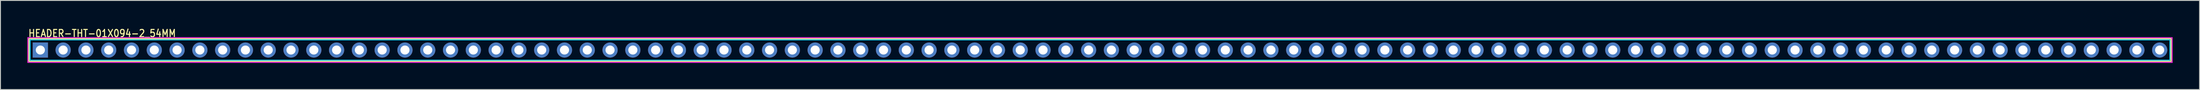
<source format=kicad_pcb>
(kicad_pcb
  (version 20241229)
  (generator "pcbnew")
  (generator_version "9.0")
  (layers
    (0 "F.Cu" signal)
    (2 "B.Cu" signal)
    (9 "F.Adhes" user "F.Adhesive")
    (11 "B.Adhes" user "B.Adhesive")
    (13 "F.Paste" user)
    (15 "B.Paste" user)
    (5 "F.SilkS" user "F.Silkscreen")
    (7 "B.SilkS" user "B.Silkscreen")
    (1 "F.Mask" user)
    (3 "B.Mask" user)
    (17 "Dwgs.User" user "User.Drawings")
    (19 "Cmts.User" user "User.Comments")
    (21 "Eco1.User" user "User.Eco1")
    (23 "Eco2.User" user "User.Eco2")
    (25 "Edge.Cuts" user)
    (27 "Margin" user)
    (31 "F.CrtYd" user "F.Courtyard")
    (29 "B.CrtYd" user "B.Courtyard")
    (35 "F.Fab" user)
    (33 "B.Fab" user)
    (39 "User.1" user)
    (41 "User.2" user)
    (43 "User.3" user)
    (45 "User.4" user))
  (footprint "HEADER-THT-01X094-2_54MM"
    (layer "F.Cu")
    (at 1.447 2.579)
    (property "Reference" "HEADER-THT-01X094-2_54MM" (at -1.4 -1.4 0) (unlocked yes) (layer "F.SilkS") (effects (font (size 0.813 0.695) (thickness 0.122)) (justify left bottom)))
    (fp_line (start -1.27 -1.27) (end -1.27 1.27) (stroke (width 0.127) (type solid)) (layer "F.SilkS"))
    (fp_line (start -1.27 1.27) (end 237.49 1.27) (stroke (width 0.127) (type solid)) (layer "F.SilkS"))
    (fp_line (start 237.49 -1.27) (end -1.27 -1.27) (stroke (width 0.127) (type solid)) (layer "F.SilkS"))
    (fp_line (start 237.49 1.27) (end 237.49 -1.27) (stroke (width 0.127) (type solid)) (layer "F.SilkS"))
    (fp_poly (pts (xy -1.143 -1.143) (xy 237.363 -1.143) (xy 237.363 1.143) (xy -1.143 1.143)) (stroke (width 0.1) (type solid)) (fill no) (layer "B.CrtYd"))
    (fp_poly (pts (xy -1.397 -1.397) (xy 237.617 -1.397) (xy 237.617 1.397) (xy -1.397 1.397)) (stroke (width 0.1) (type solid)) (fill no) (layer "F.CrtYd"))
    (pad "P$1" thru_hole rect (at 0 0) (size 1.693 1.693) (drill 1.016) (layers "*.Cu" "*.Mask"))
    (pad "P$2" thru_hole oval (at 2.54 0) (size 1.693 1.693) (drill 1.016) (layers "*.Cu" "*.Mask"))
    (pad "P$3" thru_hole oval (at 5.08 0) (size 1.693 1.693) (drill 1.016) (layers "*.Cu" "*.Mask"))
    (pad "P$4" thru_hole oval (at 7.62 0) (size 1.693 1.693) (drill 1.016) (layers "*.Cu" "*.Mask"))
    (pad "P$5" thru_hole oval (at 10.16 0) (size 1.693 1.693) (drill 1.016) (layers "*.Cu" "*.Mask"))
    (pad "P$6" thru_hole oval (at 12.7 0) (size 1.693 1.693) (drill 1.016) (layers "*.Cu" "*.Mask"))
    (pad "P$7" thru_hole oval (at 15.24 0) (size 1.693 1.693) (drill 1.016) (layers "*.Cu" "*.Mask"))
    (pad "P$8" thru_hole oval (at 17.78 0) (size 1.693 1.693) (drill 1.016) (layers "*.Cu" "*.Mask"))
    (pad "P$9" thru_hole oval (at 20.32 0) (size 1.693 1.693) (drill 1.016) (layers "*.Cu" "*.Mask"))
    (pad "P$10" thru_hole oval (at 22.86 0) (size 1.693 1.693) (drill 1.016) (layers "*.Cu" "*.Mask"))
    (pad "P$11" thru_hole oval (at 25.4 0) (size 1.693 1.693) (drill 1.016) (layers "*.Cu" "*.Mask"))
    (pad "P$12" thru_hole oval (at 27.94 0) (size 1.693 1.693) (drill 1.016) (layers "*.Cu" "*.Mask"))
    (pad "P$13" thru_hole oval (at 30.48 0) (size 1.693 1.693) (drill 1.016) (layers "*.Cu" "*.Mask"))
    (pad "P$14" thru_hole oval (at 33.02 0) (size 1.693 1.693) (drill 1.016) (layers "*.Cu" "*.Mask"))
    (pad "P$15" thru_hole oval (at 35.56 0) (size 1.693 1.693) (drill 1.016) (layers "*.Cu" "*.Mask"))
    (pad "P$16" thru_hole oval (at 38.1 0) (size 1.693 1.693) (drill 1.016) (layers "*.Cu" "*.Mask"))
    (pad "P$17" thru_hole oval (at 40.64 0) (size 1.693 1.693) (drill 1.016) (layers "*.Cu" "*.Mask"))
    (pad "P$18" thru_hole oval (at 43.18 0) (size 1.693 1.693) (drill 1.016) (layers "*.Cu" "*.Mask"))
    (pad "P$19" thru_hole oval (at 45.72 0) (size 1.693 1.693) (drill 1.016) (layers "*.Cu" "*.Mask"))
    (pad "P$20" thru_hole oval (at 48.26 0) (size 1.693 1.693) (drill 1.016) (layers "*.Cu" "*.Mask"))
    (pad "P$21" thru_hole oval (at 50.8 0) (size 1.693 1.693) (drill 1.016) (layers "*.Cu" "*.Mask"))
    (pad "P$22" thru_hole oval (at 53.34 0) (size 1.693 1.693) (drill 1.016) (layers "*.Cu" "*.Mask"))
    (pad "P$23" thru_hole oval (at 55.88 0) (size 1.693 1.693) (drill 1.016) (layers "*.Cu" "*.Mask"))
    (pad "P$24" thru_hole oval (at 58.42 0) (size 1.693 1.693) (drill 1.016) (layers "*.Cu" "*.Mask"))
    (pad "P$25" thru_hole oval (at 60.96 0) (size 1.693 1.693) (drill 1.016) (layers "*.Cu" "*.Mask"))
    (pad "P$26" thru_hole oval (at 63.5 0) (size 1.693 1.693) (drill 1.016) (layers "*.Cu" "*.Mask"))
    (pad "P$27" thru_hole oval (at 66.04 0) (size 1.693 1.693) (drill 1.016) (layers "*.Cu" "*.Mask"))
    (pad "P$28" thru_hole oval (at 68.58 0) (size 1.693 1.693) (drill 1.016) (layers "*.Cu" "*.Mask"))
    (pad "P$29" thru_hole oval (at 71.12 0) (size 1.693 1.693) (drill 1.016) (layers "*.Cu" "*.Mask"))
    (pad "P$30" thru_hole oval (at 73.66 0) (size 1.693 1.693) (drill 1.016) (layers "*.Cu" "*.Mask"))
    (pad "P$31" thru_hole oval (at 76.2 0) (size 1.693 1.693) (drill 1.016) (layers "*.Cu" "*.Mask"))
    (pad "P$32" thru_hole oval (at 78.74 0) (size 1.693 1.693) (drill 1.016) (layers "*.Cu" "*.Mask"))
    (pad "P$33" thru_hole oval (at 81.28 0) (size 1.693 1.693) (drill 1.016) (layers "*.Cu" "*.Mask"))
    (pad "P$34" thru_hole oval (at 83.82 0) (size 1.693 1.693) (drill 1.016) (layers "*.Cu" "*.Mask"))
    (pad "P$35" thru_hole oval (at 86.36 0) (size 1.693 1.693) (drill 1.016) (layers "*.Cu" "*.Mask"))
    (pad "P$36" thru_hole oval (at 88.9 0) (size 1.693 1.693) (drill 1.016) (layers "*.Cu" "*.Mask"))
    (pad "P$37" thru_hole oval (at 91.44 0) (size 1.693 1.693) (drill 1.016) (layers "*.Cu" "*.Mask"))
    (pad "P$38" thru_hole oval (at 93.98 0) (size 1.693 1.693) (drill 1.016) (layers "*.Cu" "*.Mask"))
    (pad "P$39" thru_hole oval (at 96.52 0) (size 1.693 1.693) (drill 1.016) (layers "*.Cu" "*.Mask"))
    (pad "P$40" thru_hole oval (at 99.06 0) (size 1.693 1.693) (drill 1.016) (layers "*.Cu" "*.Mask"))
    (pad "P$41" thru_hole oval (at 101.6 0) (size 1.693 1.693) (drill 1.016) (layers "*.Cu" "*.Mask"))
    (pad "P$42" thru_hole oval (at 104.14 0) (size 1.693 1.693) (drill 1.016) (layers "*.Cu" "*.Mask"))
    (pad "P$43" thru_hole oval (at 106.68 0) (size 1.693 1.693) (drill 1.016) (layers "*.Cu" "*.Mask"))
    (pad "P$44" thru_hole oval (at 109.22 0) (size 1.693 1.693) (drill 1.016) (layers "*.Cu" "*.Mask"))
    (pad "P$45" thru_hole oval (at 111.76 0) (size 1.693 1.693) (drill 1.016) (layers "*.Cu" "*.Mask"))
    (pad "P$46" thru_hole oval (at 114.3 0) (size 1.693 1.693) (drill 1.016) (layers "*.Cu" "*.Mask"))
    (pad "P$47" thru_hole oval (at 116.84 0) (size 1.693 1.693) (drill 1.016) (layers "*.Cu" "*.Mask"))
    (pad "P$48" thru_hole oval (at 119.38 0) (size 1.693 1.693) (drill 1.016) (layers "*.Cu" "*.Mask"))
    (pad "P$49" thru_hole oval (at 121.92 0) (size 1.693 1.693) (drill 1.016) (layers "*.Cu" "*.Mask"))
    (pad "P$50" thru_hole oval (at 124.46 0) (size 1.693 1.693) (drill 1.016) (layers "*.Cu" "*.Mask"))
    (pad "P$51" thru_hole oval (at 127 0) (size 1.693 1.693) (drill 1.016) (layers "*.Cu" "*.Mask"))
    (pad "P$52" thru_hole oval (at 129.54 0) (size 1.693 1.693) (drill 1.016) (layers "*.Cu" "*.Mask"))
    (pad "P$53" thru_hole oval (at 132.08 0) (size 1.693 1.693) (drill 1.016) (layers "*.Cu" "*.Mask"))
    (pad "P$54" thru_hole oval (at 134.62 0) (size 1.693 1.693) (drill 1.016) (layers "*.Cu" "*.Mask"))
    (pad "P$55" thru_hole oval (at 137.16 0) (size 1.693 1.693) (drill 1.016) (layers "*.Cu" "*.Mask"))
    (pad "P$56" thru_hole oval (at 139.7 0) (size 1.693 1.693) (drill 1.016) (layers "*.Cu" "*.Mask"))
    (pad "P$57" thru_hole oval (at 142.24 0) (size 1.693 1.693) (drill 1.016) (layers "*.Cu" "*.Mask"))
    (pad "P$58" thru_hole oval (at 144.78 0) (size 1.693 1.693) (drill 1.016) (layers "*.Cu" "*.Mask"))
    (pad "P$59" thru_hole oval (at 147.32 0) (size 1.693 1.693) (drill 1.016) (layers "*.Cu" "*.Mask"))
    (pad "P$60" thru_hole oval (at 149.86 0) (size 1.693 1.693) (drill 1.016) (layers "*.Cu" "*.Mask"))
    (pad "P$61" thru_hole oval (at 152.4 0) (size 1.693 1.693) (drill 1.016) (layers "*.Cu" "*.Mask"))
    (pad "P$62" thru_hole oval (at 154.94 0) (size 1.693 1.693) (drill 1.016) (layers "*.Cu" "*.Mask"))
    (pad "P$63" thru_hole oval (at 157.48 0) (size 1.693 1.693) (drill 1.016) (layers "*.Cu" "*.Mask"))
    (pad "P$64" thru_hole oval (at 160.02 0) (size 1.693 1.693) (drill 1.016) (layers "*.Cu" "*.Mask"))
    (pad "P$65" thru_hole oval (at 162.56 0) (size 1.693 1.693) (drill 1.016) (layers "*.Cu" "*.Mask"))
    (pad "P$66" thru_hole oval (at 165.1 0) (size 1.693 1.693) (drill 1.016) (layers "*.Cu" "*.Mask"))
    (pad "P$67" thru_hole oval (at 167.64 0) (size 1.693 1.693) (drill 1.016) (layers "*.Cu" "*.Mask"))
    (pad "P$68" thru_hole oval (at 170.18 0) (size 1.693 1.693) (drill 1.016) (layers "*.Cu" "*.Mask"))
    (pad "P$69" thru_hole oval (at 172.72 0) (size 1.693 1.693) (drill 1.016) (layers "*.Cu" "*.Mask"))
    (pad "P$70" thru_hole oval (at 175.26 0) (size 1.693 1.693) (drill 1.016) (layers "*.Cu" "*.Mask"))
    (pad "P$71" thru_hole oval (at 177.8 0) (size 1.693 1.693) (drill 1.016) (layers "*.Cu" "*.Mask"))
    (pad "P$72" thru_hole oval (at 180.34 0) (size 1.693 1.693) (drill 1.016) (layers "*.Cu" "*.Mask"))
    (pad "P$73" thru_hole oval (at 182.88 0) (size 1.693 1.693) (drill 1.016) (layers "*.Cu" "*.Mask"))
    (pad "P$74" thru_hole oval (at 185.42 0) (size 1.693 1.693) (drill 1.016) (layers "*.Cu" "*.Mask"))
    (pad "P$75" thru_hole oval (at 187.96 0) (size 1.693 1.693) (drill 1.016) (layers "*.Cu" "*.Mask"))
    (pad "P$76" thru_hole oval (at 190.5 0) (size 1.693 1.693) (drill 1.016) (layers "*.Cu" "*.Mask"))
    (pad "P$77" thru_hole oval (at 193.04 0) (size 1.693 1.693) (drill 1.016) (layers "*.Cu" "*.Mask"))
    (pad "P$78" thru_hole oval (at 195.58 0) (size 1.693 1.693) (drill 1.016) (layers "*.Cu" "*.Mask"))
    (pad "P$79" thru_hole oval (at 198.12 0) (size 1.693 1.693) (drill 1.016) (layers "*.Cu" "*.Mask"))
    (pad "P$80" thru_hole oval (at 200.66 0) (size 1.693 1.693) (drill 1.016) (layers "*.Cu" "*.Mask"))
    (pad "P$81" thru_hole oval (at 203.2 0) (size 1.693 1.693) (drill 1.016) (layers "*.Cu" "*.Mask"))
    (pad "P$82" thru_hole oval (at 205.74 0) (size 1.693 1.693) (drill 1.016) (layers "*.Cu" "*.Mask"))
    (pad "P$83" thru_hole oval (at 208.28 0) (size 1.693 1.693) (drill 1.016) (layers "*.Cu" "*.Mask"))
    (pad "P$84" thru_hole oval (at 210.82 0) (size 1.693 1.693) (drill 1.016) (layers "*.Cu" "*.Mask"))
    (pad "P$85" thru_hole oval (at 213.36 0) (size 1.693 1.693) (drill 1.016) (layers "*.Cu" "*.Mask"))
    (pad "P$86" thru_hole oval (at 215.9 0) (size 1.693 1.693) (drill 1.016) (layers "*.Cu" "*.Mask"))
    (pad "P$87" thru_hole oval (at 218.44 0) (size 1.693 1.693) (drill 1.016) (layers "*.Cu" "*.Mask"))
    (pad "P$88" thru_hole oval (at 220.98 0) (size 1.693 1.693) (drill 1.016) (layers "*.Cu" "*.Mask"))
    (pad "P$89" thru_hole oval (at 223.52 0) (size 1.693 1.693) (drill 1.016) (layers "*.Cu" "*.Mask"))
    (pad "P$90" thru_hole oval (at 226.06 0) (size 1.693 1.693) (drill 1.016) (layers "*.Cu" "*.Mask"))
    (pad "P$91" thru_hole oval (at 228.6 0) (size 1.693 1.693) (drill 1.016) (layers "*.Cu" "*.Mask"))
    (pad "P$92" thru_hole oval (at 231.14 0) (size 1.693 1.693) (drill 1.016) (layers "*.Cu" "*.Mask"))
    (pad "P$93" thru_hole oval (at 233.68 0) (size 1.693 1.693) (drill 1.016) (layers "*.Cu" "*.Mask"))
    (pad "P$94" thru_hole oval (at 236.22 0) (size 1.693 1.693) (drill 1.016) (layers "*.Cu" "*.Mask")))
  (gr_rect
    (start -3 -3)
    (end 242.114 7.026)
    (stroke (width 0.1) (type default))
    (fill no)
    (layer "Edge.Cuts")))
</source>
